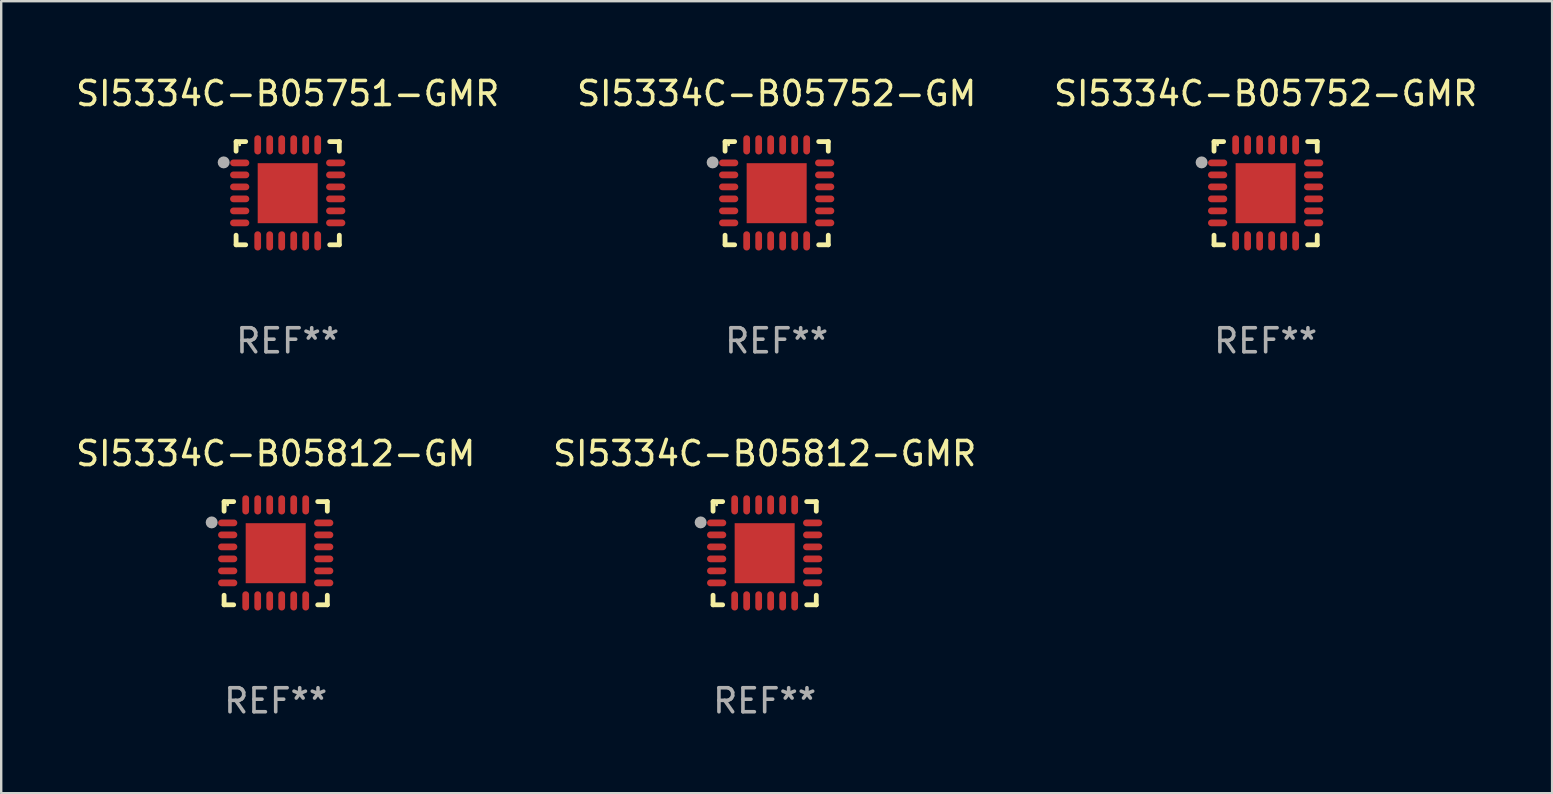
<source format=kicad_pcb>
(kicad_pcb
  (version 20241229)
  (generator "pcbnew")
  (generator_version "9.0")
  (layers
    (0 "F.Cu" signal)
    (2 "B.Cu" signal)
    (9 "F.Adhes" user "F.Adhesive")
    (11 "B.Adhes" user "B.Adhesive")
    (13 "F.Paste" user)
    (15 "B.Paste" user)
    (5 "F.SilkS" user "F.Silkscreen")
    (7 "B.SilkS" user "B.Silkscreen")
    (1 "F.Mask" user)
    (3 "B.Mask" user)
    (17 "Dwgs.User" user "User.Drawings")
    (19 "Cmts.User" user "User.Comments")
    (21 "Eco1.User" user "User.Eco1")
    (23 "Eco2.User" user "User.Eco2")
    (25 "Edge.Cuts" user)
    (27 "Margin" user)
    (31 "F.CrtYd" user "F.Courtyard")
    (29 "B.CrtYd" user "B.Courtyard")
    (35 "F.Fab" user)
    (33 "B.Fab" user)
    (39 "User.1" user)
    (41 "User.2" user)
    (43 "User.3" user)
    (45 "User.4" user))
  (footprint "SI5334C-B05752-GMR"
    (layer "F.Cu")
    (at 49.673 4.998)
    (property "Reference" "SI5334C-B05752-GMR" (at 0 -4.15 0) (layer "F.SilkS") (effects (font (size 1 1) (thickness 0.15))))
    (attr through_hole)
    (fp_line (start -2.15 -2.15) (end -1.75 -2.15) (stroke (width 0.2) (type solid)) (layer "F.SilkS"))
    (fp_line (start -2.15 -1.75) (end -2.15 -2.15) (stroke (width 0.2) (type solid)) (layer "F.SilkS"))
    (fp_line (start -2.15 2.15) (end -2.15 1.75) (stroke (width 0.2) (type solid)) (layer "F.SilkS"))
    (fp_line (start -1.75 2.15) (end -2.15 2.15) (stroke (width 0.2) (type solid)) (layer "F.SilkS"))
    (fp_line (start 1.75 -2.15) (end 2.15 -2.15) (stroke (width 0.2) (type solid)) (layer "F.SilkS"))
    (fp_line (start 1.75 2.15) (end 2.15 2.15) (stroke (width 0.2) (type solid)) (layer "F.SilkS"))
    (fp_line (start 2.15 -2.15) (end 2.15 -1.75) (stroke (width 0.2) (type solid)) (layer "F.SilkS"))
    (fp_line (start 2.15 2.15) (end 2.15 1.75) (stroke (width 0.2) (type solid)) (layer "F.SilkS"))
    (fp_circle (center -2 -2.013) (end -1.97 -2.013) (stroke (width 0.06) (type solid)) (fill no) (layer "F.SilkS"))
    (fp_circle (center -2.667 -1.283) (end -2.542 -1.283) (stroke (width 0.25) (type solid)) (fill no) (layer "F.Fab"))
    (fp_text user "REF**" (at 0 6.15 0) (layer "F.Fab") (effects (font (size 1 1) (thickness 0.15))))
    (pad "1" smd oval (at -2 -1.263) (size 0.8 0.28) (layers "F.Cu" "F.Mask" "F.Paste"))
    (pad "2" smd oval (at -2 -0.763) (size 0.8 0.28) (layers "F.Cu" "F.Mask" "F.Paste"))
    (pad "3" smd oval (at -2 -0.263) (size 0.8 0.28) (layers "F.Cu" "F.Mask" "F.Paste"))
    (pad "4" smd oval (at -2 0.237) (size 0.8 0.28) (layers "F.Cu" "F.Mask" "F.Paste"))
    (pad "5" smd oval (at -2 0.737) (size 0.8 0.28) (layers "F.Cu" "F.Mask" "F.Paste"))
    (pad "6" smd oval (at -2 1.237) (size 0.8 0.28) (layers "F.Cu" "F.Mask" "F.Paste"))
    (pad "7" smd oval (at -1.25 1.987) (size 0.28 0.8) (layers "F.Cu" "F.Mask" "F.Paste"))
    (pad "8" smd oval (at -0.75 1.987) (size 0.28 0.8) (layers "F.Cu" "F.Mask" "F.Paste"))
    (pad "9" smd oval (at -0.25 1.987) (size 0.28 0.8) (layers "F.Cu" "F.Mask" "F.Paste"))
    (pad "10" smd oval (at 0.25 1.987) (size 0.28 0.8) (layers "F.Cu" "F.Mask" "F.Paste"))
    (pad "11" smd oval (at 0.75 1.987) (size 0.28 0.8) (layers "F.Cu" "F.Mask" "F.Paste"))
    (pad "12" smd oval (at 1.25 1.987) (size 0.28 0.8) (layers "F.Cu" "F.Mask" "F.Paste"))
    (pad "13" smd oval (at 2 1.237) (size 0.8 0.28) (layers "F.Cu" "F.Mask" "F.Paste"))
    (pad "14" smd oval (at 2 0.737) (size 0.8 0.28) (layers "F.Cu" "F.Mask" "F.Paste"))
    (pad "15" smd oval (at 2 0.237) (size 0.8 0.28) (layers "F.Cu" "F.Mask" "F.Paste"))
    (pad "16" smd oval (at 2 -0.263) (size 0.8 0.28) (layers "F.Cu" "F.Mask" "F.Paste"))
    (pad "17" smd oval (at 2 -0.763) (size 0.8 0.28) (layers "F.Cu" "F.Mask" "F.Paste"))
    (pad "18" smd oval (at 2 -1.263) (size 0.8 0.28) (layers "F.Cu" "F.Mask" "F.Paste"))
    (pad "19" smd oval (at 1.25 -2.013) (size 0.28 0.8) (layers "F.Cu" "F.Mask" "F.Paste"))
    (pad "20" smd oval (at 0.75 -2.013) (size 0.28 0.8) (layers "F.Cu" "F.Mask" "F.Paste"))
    (pad "21" smd oval (at 0.25 -2.013) (size 0.28 0.8) (layers "F.Cu" "F.Mask" "F.Paste"))
    (pad "22" smd oval (at -0.25 -2.013) (size 0.28 0.8) (layers "F.Cu" "F.Mask" "F.Paste"))
    (pad "23" smd oval (at -0.75 -2.013) (size 0.28 0.8) (layers "F.Cu" "F.Mask" "F.Paste"))
    (pad "24" smd oval (at -1.25 -2.013) (size 0.28 0.8) (layers "F.Cu" "F.Mask" "F.Paste"))
    (pad "25" smd rect (at -0.000127 -0.00014) (size 2.5 2.5) (layers "F.Cu" "F.Mask" "F.Paste")))
  (footprint "SI5334C-B05752-GM"
    (layer "F.Cu")
    (at 29.304 4.998)
    (property "Reference" "SI5334C-B05752-GM" (at 0 -4.15 0) (layer "F.SilkS") (effects (font (size 1 1) (thickness 0.15))))
    (attr through_hole)
    (fp_line (start -2.15 -2.15) (end -1.75 -2.15) (stroke (width 0.2) (type solid)) (layer "F.SilkS"))
    (fp_line (start -2.15 -1.75) (end -2.15 -2.15) (stroke (width 0.2) (type solid)) (layer "F.SilkS"))
    (fp_line (start -2.15 2.15) (end -2.15 1.75) (stroke (width 0.2) (type solid)) (layer "F.SilkS"))
    (fp_line (start -1.75 2.15) (end -2.15 2.15) (stroke (width 0.2) (type solid)) (layer "F.SilkS"))
    (fp_line (start 1.75 -2.15) (end 2.15 -2.15) (stroke (width 0.2) (type solid)) (layer "F.SilkS"))
    (fp_line (start 1.75 2.15) (end 2.15 2.15) (stroke (width 0.2) (type solid)) (layer "F.SilkS"))
    (fp_line (start 2.15 -2.15) (end 2.15 -1.75) (stroke (width 0.2) (type solid)) (layer "F.SilkS"))
    (fp_line (start 2.15 2.15) (end 2.15 1.75) (stroke (width 0.2) (type solid)) (layer "F.SilkS"))
    (fp_circle (center -2 -2.013) (end -1.97 -2.013) (stroke (width 0.06) (type solid)) (fill no) (layer "F.SilkS"))
    (fp_circle (center -2.667 -1.283) (end -2.542 -1.283) (stroke (width 0.25) (type solid)) (fill no) (layer "F.Fab"))
    (fp_text user "REF**" (at 0 6.15 0) (layer "F.Fab") (effects (font (size 1 1) (thickness 0.15))))
    (pad "1" smd oval (at -2 -1.263) (size 0.8 0.28) (layers "F.Cu" "F.Mask" "F.Paste"))
    (pad "2" smd oval (at -2 -0.763) (size 0.8 0.28) (layers "F.Cu" "F.Mask" "F.Paste"))
    (pad "3" smd oval (at -2 -0.263) (size 0.8 0.28) (layers "F.Cu" "F.Mask" "F.Paste"))
    (pad "4" smd oval (at -2 0.237) (size 0.8 0.28) (layers "F.Cu" "F.Mask" "F.Paste"))
    (pad "5" smd oval (at -2 0.737) (size 0.8 0.28) (layers "F.Cu" "F.Mask" "F.Paste"))
    (pad "6" smd oval (at -2 1.237) (size 0.8 0.28) (layers "F.Cu" "F.Mask" "F.Paste"))
    (pad "7" smd oval (at -1.25 1.987) (size 0.28 0.8) (layers "F.Cu" "F.Mask" "F.Paste"))
    (pad "8" smd oval (at -0.75 1.987) (size 0.28 0.8) (layers "F.Cu" "F.Mask" "F.Paste"))
    (pad "9" smd oval (at -0.25 1.987) (size 0.28 0.8) (layers "F.Cu" "F.Mask" "F.Paste"))
    (pad "10" smd oval (at 0.25 1.987) (size 0.28 0.8) (layers "F.Cu" "F.Mask" "F.Paste"))
    (pad "11" smd oval (at 0.75 1.987) (size 0.28 0.8) (layers "F.Cu" "F.Mask" "F.Paste"))
    (pad "12" smd oval (at 1.25 1.987) (size 0.28 0.8) (layers "F.Cu" "F.Mask" "F.Paste"))
    (pad "13" smd oval (at 2 1.237) (size 0.8 0.28) (layers "F.Cu" "F.Mask" "F.Paste"))
    (pad "14" smd oval (at 2 0.737) (size 0.8 0.28) (layers "F.Cu" "F.Mask" "F.Paste"))
    (pad "15" smd oval (at 2 0.237) (size 0.8 0.28) (layers "F.Cu" "F.Mask" "F.Paste"))
    (pad "16" smd oval (at 2 -0.263) (size 0.8 0.28) (layers "F.Cu" "F.Mask" "F.Paste"))
    (pad "17" smd oval (at 2 -0.763) (size 0.8 0.28) (layers "F.Cu" "F.Mask" "F.Paste"))
    (pad "18" smd oval (at 2 -1.263) (size 0.8 0.28) (layers "F.Cu" "F.Mask" "F.Paste"))
    (pad "19" smd oval (at 1.25 -2.013) (size 0.28 0.8) (layers "F.Cu" "F.Mask" "F.Paste"))
    (pad "20" smd oval (at 0.75 -2.013) (size 0.28 0.8) (layers "F.Cu" "F.Mask" "F.Paste"))
    (pad "21" smd oval (at 0.25 -2.013) (size 0.28 0.8) (layers "F.Cu" "F.Mask" "F.Paste"))
    (pad "22" smd oval (at -0.25 -2.013) (size 0.28 0.8) (layers "F.Cu" "F.Mask" "F.Paste"))
    (pad "23" smd oval (at -0.75 -2.013) (size 0.28 0.8) (layers "F.Cu" "F.Mask" "F.Paste"))
    (pad "24" smd oval (at -1.25 -2.013) (size 0.28 0.8) (layers "F.Cu" "F.Mask" "F.Paste"))
    (pad "25" smd rect (at -0.000127 -0.00014) (size 2.5 2.5) (layers "F.Cu" "F.Mask" "F.Paste")))
  (footprint "SI5334C-B05812-GMR"
    (layer "F.Cu")
    (at 28.804 19.995)
    (property "Reference" "SI5334C-B05812-GMR" (at 0 -4.15 0) (layer "F.SilkS") (effects (font (size 1 1) (thickness 0.15))))
    (attr through_hole)
    (fp_line (start -2.15 -2.15) (end -1.75 -2.15) (stroke (width 0.2) (type solid)) (layer "F.SilkS"))
    (fp_line (start -2.15 -1.75) (end -2.15 -2.15) (stroke (width 0.2) (type solid)) (layer "F.SilkS"))
    (fp_line (start -2.15 2.15) (end -2.15 1.75) (stroke (width 0.2) (type solid)) (layer "F.SilkS"))
    (fp_line (start -1.75 2.15) (end -2.15 2.15) (stroke (width 0.2) (type solid)) (layer "F.SilkS"))
    (fp_line (start 1.75 -2.15) (end 2.15 -2.15) (stroke (width 0.2) (type solid)) (layer "F.SilkS"))
    (fp_line (start 1.75 2.15) (end 2.15 2.15) (stroke (width 0.2) (type solid)) (layer "F.SilkS"))
    (fp_line (start 2.15 -2.15) (end 2.15 -1.75) (stroke (width 0.2) (type solid)) (layer "F.SilkS"))
    (fp_line (start 2.15 2.15) (end 2.15 1.75) (stroke (width 0.2) (type solid)) (layer "F.SilkS"))
    (fp_circle (center -2 -2.013) (end -1.97 -2.013) (stroke (width 0.06) (type solid)) (fill no) (layer "F.SilkS"))
    (fp_circle (center -2.667 -1.283) (end -2.542 -1.283) (stroke (width 0.25) (type solid)) (fill no) (layer "F.Fab"))
    (fp_text user "REF**" (at 0 6.15 0) (layer "F.Fab") (effects (font (size 1 1) (thickness 0.15))))
    (pad "1" smd oval (at -2 -1.263) (size 0.8 0.28) (layers "F.Cu" "F.Mask" "F.Paste"))
    (pad "2" smd oval (at -2 -0.763) (size 0.8 0.28) (layers "F.Cu" "F.Mask" "F.Paste"))
    (pad "3" smd oval (at -2 -0.263) (size 0.8 0.28) (layers "F.Cu" "F.Mask" "F.Paste"))
    (pad "4" smd oval (at -2 0.237) (size 0.8 0.28) (layers "F.Cu" "F.Mask" "F.Paste"))
    (pad "5" smd oval (at -2 0.737) (size 0.8 0.28) (layers "F.Cu" "F.Mask" "F.Paste"))
    (pad "6" smd oval (at -2 1.237) (size 0.8 0.28) (layers "F.Cu" "F.Mask" "F.Paste"))
    (pad "7" smd oval (at -1.25 1.987) (size 0.28 0.8) (layers "F.Cu" "F.Mask" "F.Paste"))
    (pad "8" smd oval (at -0.75 1.987) (size 0.28 0.8) (layers "F.Cu" "F.Mask" "F.Paste"))
    (pad "9" smd oval (at -0.25 1.987) (size 0.28 0.8) (layers "F.Cu" "F.Mask" "F.Paste"))
    (pad "10" smd oval (at 0.25 1.987) (size 0.28 0.8) (layers "F.Cu" "F.Mask" "F.Paste"))
    (pad "11" smd oval (at 0.75 1.987) (size 0.28 0.8) (layers "F.Cu" "F.Mask" "F.Paste"))
    (pad "12" smd oval (at 1.25 1.987) (size 0.28 0.8) (layers "F.Cu" "F.Mask" "F.Paste"))
    (pad "13" smd oval (at 2 1.237) (size 0.8 0.28) (layers "F.Cu" "F.Mask" "F.Paste"))
    (pad "14" smd oval (at 2 0.737) (size 0.8 0.28) (layers "F.Cu" "F.Mask" "F.Paste"))
    (pad "15" smd oval (at 2 0.237) (size 0.8 0.28) (layers "F.Cu" "F.Mask" "F.Paste"))
    (pad "16" smd oval (at 2 -0.263) (size 0.8 0.28) (layers "F.Cu" "F.Mask" "F.Paste"))
    (pad "17" smd oval (at 2 -0.763) (size 0.8 0.28) (layers "F.Cu" "F.Mask" "F.Paste"))
    (pad "18" smd oval (at 2 -1.263) (size 0.8 0.28) (layers "F.Cu" "F.Mask" "F.Paste"))
    (pad "19" smd oval (at 1.25 -2.013) (size 0.28 0.8) (layers "F.Cu" "F.Mask" "F.Paste"))
    (pad "20" smd oval (at 0.75 -2.013) (size 0.28 0.8) (layers "F.Cu" "F.Mask" "F.Paste"))
    (pad "21" smd oval (at 0.25 -2.013) (size 0.28 0.8) (layers "F.Cu" "F.Mask" "F.Paste"))
    (pad "22" smd oval (at -0.25 -2.013) (size 0.28 0.8) (layers "F.Cu" "F.Mask" "F.Paste"))
    (pad "23" smd oval (at -0.75 -2.013) (size 0.28 0.8) (layers "F.Cu" "F.Mask" "F.Paste"))
    (pad "24" smd oval (at -1.25 -2.013) (size 0.28 0.8) (layers "F.Cu" "F.Mask" "F.Paste"))
    (pad "25" smd rect (at -0.000127 -0.00014) (size 2.5 2.5) (layers "F.Cu" "F.Mask" "F.Paste")))
  (footprint "SI5334C-B05751-GMR"
    (layer "F.Cu")
    (at 8.935 4.998)
    (property "Reference" "SI5334C-B05751-GMR" (at 0 -4.15 0) (layer "F.SilkS") (effects (font (size 1 1) (thickness 0.15))))
    (attr through_hole)
    (fp_line (start -2.15 -2.15) (end -1.75 -2.15) (stroke (width 0.2) (type solid)) (layer "F.SilkS"))
    (fp_line (start -2.15 -1.75) (end -2.15 -2.15) (stroke (width 0.2) (type solid)) (layer "F.SilkS"))
    (fp_line (start -2.15 2.15) (end -2.15 1.75) (stroke (width 0.2) (type solid)) (layer "F.SilkS"))
    (fp_line (start -1.75 2.15) (end -2.15 2.15) (stroke (width 0.2) (type solid)) (layer "F.SilkS"))
    (fp_line (start 1.75 -2.15) (end 2.15 -2.15) (stroke (width 0.2) (type solid)) (layer "F.SilkS"))
    (fp_line (start 1.75 2.15) (end 2.15 2.15) (stroke (width 0.2) (type solid)) (layer "F.SilkS"))
    (fp_line (start 2.15 -2.15) (end 2.15 -1.75) (stroke (width 0.2) (type solid)) (layer "F.SilkS"))
    (fp_line (start 2.15 2.15) (end 2.15 1.75) (stroke (width 0.2) (type solid)) (layer "F.SilkS"))
    (fp_circle (center -2 -2.013) (end -1.97 -2.013) (stroke (width 0.06) (type solid)) (fill no) (layer "F.SilkS"))
    (fp_circle (center -2.667 -1.283) (end -2.542 -1.283) (stroke (width 0.25) (type solid)) (fill no) (layer "F.Fab"))
    (fp_text user "REF**" (at 0 6.15 0) (layer "F.Fab") (effects (font (size 1 1) (thickness 0.15))))
    (pad "1" smd oval (at -2 -1.263) (size 0.8 0.28) (layers "F.Cu" "F.Mask" "F.Paste"))
    (pad "2" smd oval (at -2 -0.763) (size 0.8 0.28) (layers "F.Cu" "F.Mask" "F.Paste"))
    (pad "3" smd oval (at -2 -0.263) (size 0.8 0.28) (layers "F.Cu" "F.Mask" "F.Paste"))
    (pad "4" smd oval (at -2 0.237) (size 0.8 0.28) (layers "F.Cu" "F.Mask" "F.Paste"))
    (pad "5" smd oval (at -2 0.737) (size 0.8 0.28) (layers "F.Cu" "F.Mask" "F.Paste"))
    (pad "6" smd oval (at -2 1.237) (size 0.8 0.28) (layers "F.Cu" "F.Mask" "F.Paste"))
    (pad "7" smd oval (at -1.25 1.987) (size 0.28 0.8) (layers "F.Cu" "F.Mask" "F.Paste"))
    (pad "8" smd oval (at -0.75 1.987) (size 0.28 0.8) (layers "F.Cu" "F.Mask" "F.Paste"))
    (pad "9" smd oval (at -0.25 1.987) (size 0.28 0.8) (layers "F.Cu" "F.Mask" "F.Paste"))
    (pad "10" smd oval (at 0.25 1.987) (size 0.28 0.8) (layers "F.Cu" "F.Mask" "F.Paste"))
    (pad "11" smd oval (at 0.75 1.987) (size 0.28 0.8) (layers "F.Cu" "F.Mask" "F.Paste"))
    (pad "12" smd oval (at 1.25 1.987) (size 0.28 0.8) (layers "F.Cu" "F.Mask" "F.Paste"))
    (pad "13" smd oval (at 2 1.237) (size 0.8 0.28) (layers "F.Cu" "F.Mask" "F.Paste"))
    (pad "14" smd oval (at 2 0.737) (size 0.8 0.28) (layers "F.Cu" "F.Mask" "F.Paste"))
    (pad "15" smd oval (at 2 0.237) (size 0.8 0.28) (layers "F.Cu" "F.Mask" "F.Paste"))
    (pad "16" smd oval (at 2 -0.263) (size 0.8 0.28) (layers "F.Cu" "F.Mask" "F.Paste"))
    (pad "17" smd oval (at 2 -0.763) (size 0.8 0.28) (layers "F.Cu" "F.Mask" "F.Paste"))
    (pad "18" smd oval (at 2 -1.263) (size 0.8 0.28) (layers "F.Cu" "F.Mask" "F.Paste"))
    (pad "19" smd oval (at 1.25 -2.013) (size 0.28 0.8) (layers "F.Cu" "F.Mask" "F.Paste"))
    (pad "20" smd oval (at 0.75 -2.013) (size 0.28 0.8) (layers "F.Cu" "F.Mask" "F.Paste"))
    (pad "21" smd oval (at 0.25 -2.013) (size 0.28 0.8) (layers "F.Cu" "F.Mask" "F.Paste"))
    (pad "22" smd oval (at -0.25 -2.013) (size 0.28 0.8) (layers "F.Cu" "F.Mask" "F.Paste"))
    (pad "23" smd oval (at -0.75 -2.013) (size 0.28 0.8) (layers "F.Cu" "F.Mask" "F.Paste"))
    (pad "24" smd oval (at -1.25 -2.013) (size 0.28 0.8) (layers "F.Cu" "F.Mask" "F.Paste"))
    (pad "25" smd rect (at -0.000127 -0.00014) (size 2.5 2.5) (layers "F.Cu" "F.Mask" "F.Paste")))
  (footprint "SI5334C-B05812-GM"
    (layer "F.Cu")
    (at 8.435 19.995)
    (property "Reference" "SI5334C-B05812-GM" (at 0 -4.15 0) (layer "F.SilkS") (effects (font (size 1 1) (thickness 0.15))))
    (attr through_hole)
    (fp_line (start -2.15 -2.15) (end -1.75 -2.15) (stroke (width 0.2) (type solid)) (layer "F.SilkS"))
    (fp_line (start -2.15 -1.75) (end -2.15 -2.15) (stroke (width 0.2) (type solid)) (layer "F.SilkS"))
    (fp_line (start -2.15 2.15) (end -2.15 1.75) (stroke (width 0.2) (type solid)) (layer "F.SilkS"))
    (fp_line (start -1.75 2.15) (end -2.15 2.15) (stroke (width 0.2) (type solid)) (layer "F.SilkS"))
    (fp_line (start 1.75 -2.15) (end 2.15 -2.15) (stroke (width 0.2) (type solid)) (layer "F.SilkS"))
    (fp_line (start 1.75 2.15) (end 2.15 2.15) (stroke (width 0.2) (type solid)) (layer "F.SilkS"))
    (fp_line (start 2.15 -2.15) (end 2.15 -1.75) (stroke (width 0.2) (type solid)) (layer "F.SilkS"))
    (fp_line (start 2.15 2.15) (end 2.15 1.75) (stroke (width 0.2) (type solid)) (layer "F.SilkS"))
    (fp_circle (center -2 -2.013) (end -1.97 -2.013) (stroke (width 0.06) (type solid)) (fill no) (layer "F.SilkS"))
    (fp_circle (center -2.667 -1.283) (end -2.542 -1.283) (stroke (width 0.25) (type solid)) (fill no) (layer "F.Fab"))
    (fp_text user "REF**" (at 0 6.15 0) (layer "F.Fab") (effects (font (size 1 1) (thickness 0.15))))
    (pad "1" smd oval (at -2 -1.263) (size 0.8 0.28) (layers "F.Cu" "F.Mask" "F.Paste"))
    (pad "2" smd oval (at -2 -0.763) (size 0.8 0.28) (layers "F.Cu" "F.Mask" "F.Paste"))
    (pad "3" smd oval (at -2 -0.263) (size 0.8 0.28) (layers "F.Cu" "F.Mask" "F.Paste"))
    (pad "4" smd oval (at -2 0.237) (size 0.8 0.28) (layers "F.Cu" "F.Mask" "F.Paste"))
    (pad "5" smd oval (at -2 0.737) (size 0.8 0.28) (layers "F.Cu" "F.Mask" "F.Paste"))
    (pad "6" smd oval (at -2 1.237) (size 0.8 0.28) (layers "F.Cu" "F.Mask" "F.Paste"))
    (pad "7" smd oval (at -1.25 1.987) (size 0.28 0.8) (layers "F.Cu" "F.Mask" "F.Paste"))
    (pad "8" smd oval (at -0.75 1.987) (size 0.28 0.8) (layers "F.Cu" "F.Mask" "F.Paste"))
    (pad "9" smd oval (at -0.25 1.987) (size 0.28 0.8) (layers "F.Cu" "F.Mask" "F.Paste"))
    (pad "10" smd oval (at 0.25 1.987) (size 0.28 0.8) (layers "F.Cu" "F.Mask" "F.Paste"))
    (pad "11" smd oval (at 0.75 1.987) (size 0.28 0.8) (layers "F.Cu" "F.Mask" "F.Paste"))
    (pad "12" smd oval (at 1.25 1.987) (size 0.28 0.8) (layers "F.Cu" "F.Mask" "F.Paste"))
    (pad "13" smd oval (at 2 1.237) (size 0.8 0.28) (layers "F.Cu" "F.Mask" "F.Paste"))
    (pad "14" smd oval (at 2 0.737) (size 0.8 0.28) (layers "F.Cu" "F.Mask" "F.Paste"))
    (pad "15" smd oval (at 2 0.237) (size 0.8 0.28) (layers "F.Cu" "F.Mask" "F.Paste"))
    (pad "16" smd oval (at 2 -0.263) (size 0.8 0.28) (layers "F.Cu" "F.Mask" "F.Paste"))
    (pad "17" smd oval (at 2 -0.763) (size 0.8 0.28) (layers "F.Cu" "F.Mask" "F.Paste"))
    (pad "18" smd oval (at 2 -1.263) (size 0.8 0.28) (layers "F.Cu" "F.Mask" "F.Paste"))
    (pad "19" smd oval (at 1.25 -2.013) (size 0.28 0.8) (layers "F.Cu" "F.Mask" "F.Paste"))
    (pad "20" smd oval (at 0.75 -2.013) (size 0.28 0.8) (layers "F.Cu" "F.Mask" "F.Paste"))
    (pad "21" smd oval (at 0.25 -2.013) (size 0.28 0.8) (layers "F.Cu" "F.Mask" "F.Paste"))
    (pad "22" smd oval (at -0.25 -2.013) (size 0.28 0.8) (layers "F.Cu" "F.Mask" "F.Paste"))
    (pad "23" smd oval (at -0.75 -2.013) (size 0.28 0.8) (layers "F.Cu" "F.Mask" "F.Paste"))
    (pad "24" smd oval (at -1.25 -2.013) (size 0.28 0.8) (layers "F.Cu" "F.Mask" "F.Paste"))
    (pad "25" smd rect (at -0.000127 -0.00014) (size 2.5 2.5) (layers "F.Cu" "F.Mask" "F.Paste")))
  (gr_rect
    (start -3 -3)
    (end 61.607 29.993)
    (stroke (width 0.1) (type default))
    (fill no)
    (layer "Edge.Cuts")))
</source>
